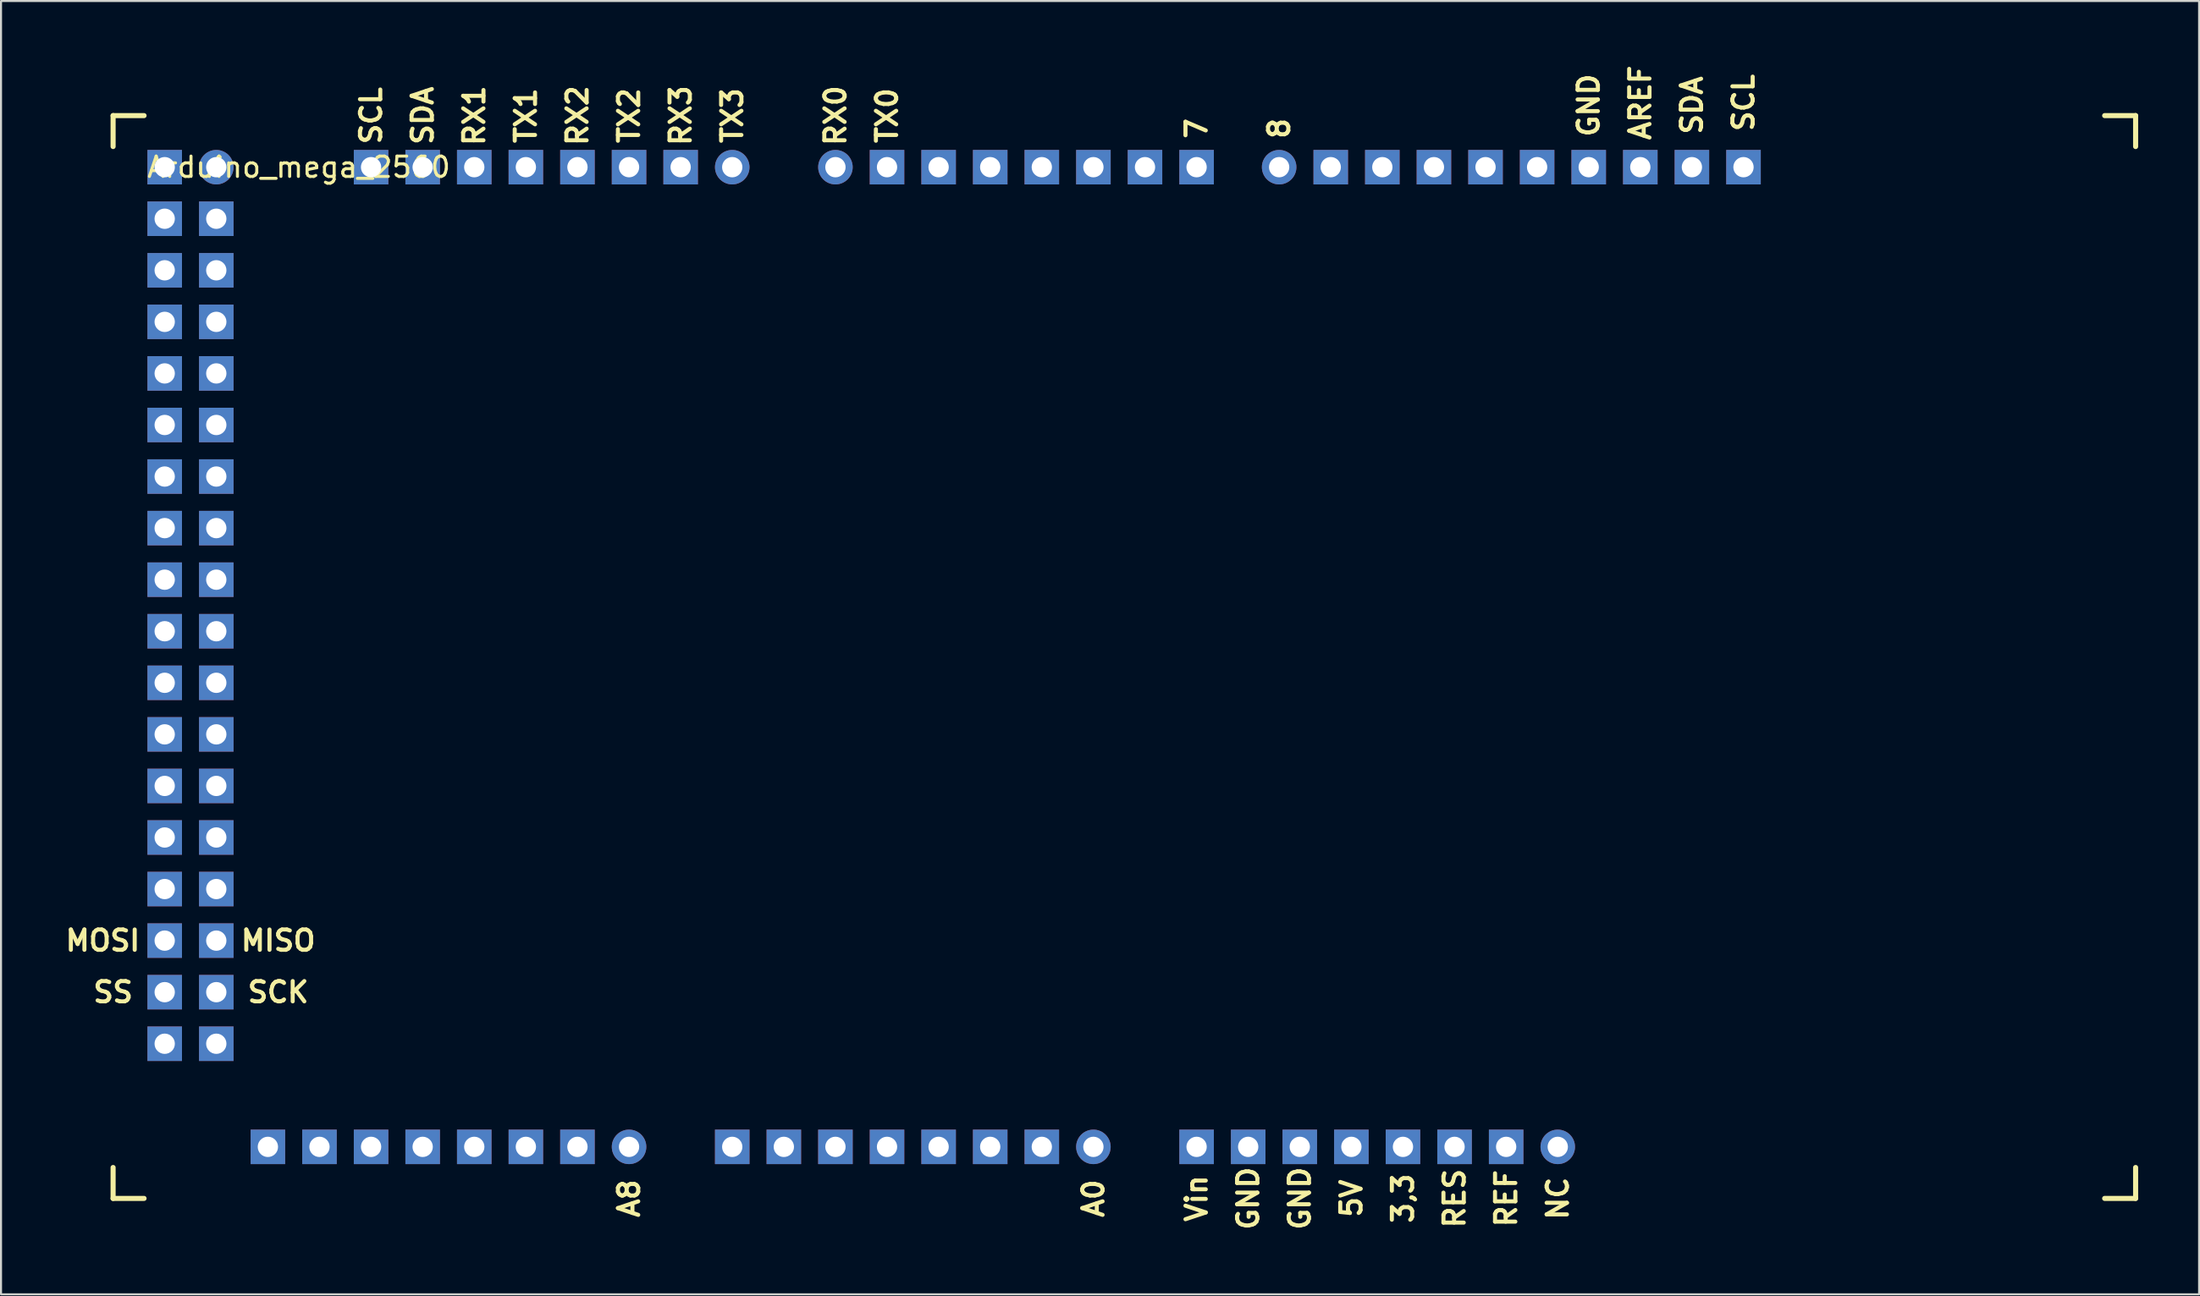
<source format=kicad_pcb>
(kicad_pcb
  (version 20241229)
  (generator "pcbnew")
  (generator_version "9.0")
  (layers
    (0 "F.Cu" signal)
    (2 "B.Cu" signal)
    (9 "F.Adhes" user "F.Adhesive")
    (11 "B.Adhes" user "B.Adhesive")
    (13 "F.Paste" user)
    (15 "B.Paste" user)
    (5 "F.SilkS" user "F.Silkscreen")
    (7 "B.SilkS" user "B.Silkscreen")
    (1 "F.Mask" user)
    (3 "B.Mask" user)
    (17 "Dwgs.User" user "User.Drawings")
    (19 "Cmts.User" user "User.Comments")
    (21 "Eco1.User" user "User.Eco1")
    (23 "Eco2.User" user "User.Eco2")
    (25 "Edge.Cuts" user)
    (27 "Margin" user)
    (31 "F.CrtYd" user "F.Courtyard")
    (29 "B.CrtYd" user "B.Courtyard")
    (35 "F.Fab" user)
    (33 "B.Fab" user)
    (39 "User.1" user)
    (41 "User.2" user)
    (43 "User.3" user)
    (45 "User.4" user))
  (footprint "Arduino_mega_2560"
    (layer "F.Cu")
    (at 38.078 5.185)
    (property "Reference" "Arduino_mega_2560" (at -26.416 0 0) (layer "F.SilkS") (effects (font (size 1 1) (thickness 0.15))))
    (attr through_hole)
    (fp_line (start -35.56 -2.54) (end -35.56 -1.016) (stroke (width 0.25) (type solid)) (layer "F.SilkS"))
    (fp_line (start -35.56 49.276) (end -35.56 50.8) (stroke (width 0.25) (type solid)) (layer "F.SilkS"))
    (fp_line (start -35.56 50.8) (end -34.036 50.8) (stroke (width 0.25) (type solid)) (layer "F.SilkS"))
    (fp_line (start -34.036 -2.54) (end -35.56 -2.54) (stroke (width 0.25) (type solid)) (layer "F.SilkS"))
    (fp_line (start 62.484 50.8) (end 64.008 50.8) (stroke (width 0.25) (type solid)) (layer "F.SilkS"))
    (fp_line (start 64.008 -2.54) (end 62.484 -2.54) (stroke (width 0.25) (type solid)) (layer "F.SilkS"))
    (fp_line (start 64.008 -1.016) (end 64.008 -2.54) (stroke (width 0.25) (type solid)) (layer "F.SilkS"))
    (fp_line (start 64.008 50.8) (end 64.008 49.276) (stroke (width 0.25) (type solid)) (layer "F.SilkS"))
    (fp_text user "8" (at 21.844 -1.905 270) (layer "F.SilkS") (effects (font (size 1 1) (thickness 0.2))))
    (fp_text user "A0" (at 12.7 50.8 90) (layer "F.SilkS") (effects (font (size 1 1) (thickness 0.2))))
    (fp_text user "RX3" (at -7.62 -2.54 270) (layer "F.SilkS") (effects (font (size 1 1) (thickness 0.2))))
    (fp_text user "7" (at 17.78 -1.905 270) (layer "F.SilkS") (effects (font (size 1 1) (thickness 0.2))))
    (fp_text user "SCL" (at 44.704 -3.175 90) (layer "F.SilkS") (effects (font (size 1 1) (thickness 0.2))))
    (fp_text user "RX0" (at 0 -2.54 270) (layer "F.SilkS") (effects (font (size 1 1) (thickness 0.2))))
    (fp_text user "NC" (at 35.56 50.8 90) (layer "F.SilkS") (effects (font (size 1 1) (thickness 0.2))))
    (fp_text user "TX0" (at 2.54 -2.54 270) (layer "F.SilkS") (effects (font (size 1 1) (thickness 0.2))))
    (fp_text user "TX2" (at -10.16 -2.54 270) (layer "F.SilkS") (effects (font (size 1 1) (thickness 0.2))))
    (fp_text user "SDA" (at 42.164 -3.048 90) (layer "F.SilkS") (effects (font (size 1 1) (thickness 0.2))))
    (fp_text user "RX2" (at -12.7 -2.54 270) (layer "F.SilkS") (effects (font (size 1 1) (thickness 0.2))))
    (fp_text user "RES" (at 30.48 50.8 90) (layer "F.SilkS") (effects (font (size 1 1) (thickness 0.2))))
    (fp_text user "SS" (at -35.56 40.64 0) (layer "F.SilkS") (effects (font (size 1 1) (thickness 0.2))))
    (fp_text user "5V" (at 25.4 50.8 90) (layer "F.SilkS") (effects (font (size 1 1) (thickness 0.2))))
    (fp_text user "3,3" (at 27.94 50.8 90) (layer "F.SilkS") (effects (font (size 1 1) (thickness 0.2))))
    (fp_text user "AREF" (at 39.624 -3.175 270) (layer "F.SilkS") (effects (font (size 1 1) (thickness 0.2))))
    (fp_text user "GND" (at 37.084 -3.048 270) (layer "F.SilkS") (effects (font (size 1 1) (thickness 0.2))))
    (fp_text user "SCK" (at -27.432 40.64 0) (layer "F.SilkS") (effects (font (size 1 1) (thickness 0.2))))
    (fp_text user "MISO" (at -27.432 38.1 0) (layer "F.SilkS") (effects (font (size 1 1) (thickness 0.2))))
    (fp_text user "GND" (at 20.32 50.8 90) (layer "F.SilkS") (effects (font (size 1 1) (thickness 0.2))))
    (fp_text user "Vin" (at 17.78 50.8 90) (layer "F.SilkS") (effects (font (size 1 1) (thickness 0.2))))
    (fp_text user "A8" (at -10.16 50.8 90) (layer "F.SilkS") (effects (font (size 1 1) (thickness 0.2))))
    (fp_text user "SDA" (at -20.32 -2.54 270) (layer "F.SilkS") (effects (font (size 1 1) (thickness 0.2))))
    (fp_text user "TX3" (at -5.08 -2.54 90) (layer "F.SilkS") (effects (font (size 1 1) (thickness 0.2))))
    (fp_text user "SCL" (at -22.86 -2.54 270) (layer "F.SilkS") (effects (font (size 1 1) (thickness 0.2))))
    (fp_text user "GND" (at 22.86 50.8 90) (layer "F.SilkS") (effects (font (size 1 1) (thickness 0.2))))
    (fp_text user "REF" (at 33.02 50.8 90) (layer "F.SilkS") (effects (font (size 1 1) (thickness 0.2))))
    (fp_text user "TX1" (at -15.24 -2.54 270) (layer "F.SilkS") (effects (font (size 1 1) (thickness 0.2))))
    (fp_text user "RX1" (at -17.78 -2.54 270) (layer "F.SilkS") (effects (font (size 1 1) (thickness 0.2))))
    (fp_text user "MOSI" (at -36.068 38.1 0) (layer "F.SilkS") (effects (font (size 1 1) (thickness 0.2))))
    (pad "0" thru_hole circle (at 0 0 180) (size 1.7 1.7) (drill 1) (layers "*.Cu" "*.Mask"))
    (pad "1" thru_hole rect (at 2.54 0 180) (size 1.7 1.7) (drill 1) (layers "*.Cu" "*.Mask"))
    (pad "2" thru_hole rect (at 5.08 0 180) (size 1.7 1.7) (drill 1) (layers "*.Cu" "*.Mask"))
    (pad "3" thru_hole rect (at 7.62 0 180) (size 1.7 1.7) (drill 1) (layers "*.Cu" "*.Mask"))
    (pad "3.3V" thru_hole rect (at 27.94 48.26) (size 1.7 1.7) (drill 1) (layers "*.Cu" "*.Mask"))
    (pad "4" thru_hole rect (at 10.16 0 180) (size 1.7 1.7) (drill 1) (layers "*.Cu" "*.Mask"))
    (pad "5" thru_hole rect (at 12.7 0 180) (size 1.7 1.7) (drill 1) (layers "*.Cu" "*.Mask"))
    (pad "5V_1" thru_hole circle (at -30.48 0) (size 1.7 1.7) (drill 1) (layers "*.Cu" "*.Mask"))
    (pad "5V_2" thru_hole rect (at -33.02 0) (size 1.7 1.7) (drill 1) (layers "*.Cu" "*.Mask"))
    (pad "5V_3" thru_hole rect (at 25.4 48.26) (size 1.7 1.7) (drill 1) (layers "*.Cu" "*.Mask"))
    (pad "6" thru_hole rect (at 15.24 0 180) (size 1.7 1.7) (drill 1) (layers "*.Cu" "*.Mask"))
    (pad "7" thru_hole rect (at 17.78 0 180) (size 1.7 1.7) (drill 1) (layers "*.Cu" "*.Mask"))
    (pad "8" thru_hole circle (at 21.844 0 180) (size 1.7 1.7) (drill 1) (layers "*.Cu" "*.Mask"))
    (pad "9" thru_hole rect (at 24.384 0 180) (size 1.7 1.7) (drill 1) (layers "*.Cu" "*.Mask"))
    (pad "10" thru_hole rect (at 26.924 0 180) (size 1.7 1.7) (drill 1) (layers "*.Cu" "*.Mask"))
    (pad "11" thru_hole rect (at 29.464 0 180) (size 1.7 1.7) (drill 1) (layers "*.Cu" "*.Mask"))
    (pad "12" thru_hole rect (at 32.004 0 180) (size 1.7 1.7) (drill 1) (layers "*.Cu" "*.Mask"))
    (pad "13" thru_hole rect (at 34.544 0 180) (size 1.7 1.7) (drill 1) (layers "*.Cu" "*.Mask"))
    (pad "14" thru_hole circle (at -5.08 0) (size 1.7 1.7) (drill 1) (layers "*.Cu" "*.Mask"))
    (pad "15" thru_hole rect (at -7.62 0) (size 1.7 1.7) (drill 1) (layers "*.Cu" "*.Mask"))
    (pad "16" thru_hole rect (at -10.16 0) (size 1.7 1.7) (drill 1) (layers "*.Cu" "*.Mask"))
    (pad "17" thru_hole rect (at -12.7 0) (size 1.7 1.7) (drill 1) (layers "*.Cu" "*.Mask"))
    (pad "18" thru_hole rect (at -15.24 0) (size 1.7 1.7) (drill 1) (layers "*.Cu" "*.Mask"))
    (pad "19" thru_hole rect (at -17.78 0) (size 1.7 1.7) (drill 1) (layers "*.Cu" "*.Mask"))
    (pad "20" thru_hole rect (at -20.32 0) (size 1.7 1.7) (drill 1) (layers "*.Cu" "*.Mask"))
    (pad "21" thru_hole rect (at -22.86 0) (size 1.7 1.7) (drill 1) (layers "*.Cu" "*.Mask"))
    (pad "22" thru_hole rect (at -30.48 2.54) (size 1.7 1.7) (drill 1) (layers "*.Cu" "*.Mask"))
    (pad "23" thru_hole rect (at -33.02 2.54) (size 1.7 1.7) (drill 1) (layers "*.Cu" "*.Mask"))
    (pad "24" thru_hole rect (at -30.48 5.08) (size 1.7 1.7) (drill 1) (layers "*.Cu" "*.Mask"))
    (pad "25" thru_hole rect (at -33.02 5.08) (size 1.7 1.7) (drill 1) (layers "*.Cu" "*.Mask"))
    (pad "26" thru_hole rect (at -30.48 7.62) (size 1.7 1.7) (drill 1) (layers "*.Cu" "*.Mask"))
    (pad "27" thru_hole rect (at -33.02 7.62) (size 1.7 1.7) (drill 1) (layers "*.Cu" "*.Mask"))
    (pad "28" thru_hole rect (at -30.48 10.16) (size 1.7 1.7) (drill 1) (layers "*.Cu" "*.Mask"))
    (pad "29" thru_hole rect (at -33.02 10.16) (size 1.7 1.7) (drill 1) (layers "*.Cu" "*.Mask"))
    (pad "30" thru_hole rect (at -30.48 12.7) (size 1.7 1.7) (drill 1) (layers "*.Cu" "*.Mask"))
    (pad "31" thru_hole rect (at -33.02 12.7) (size 1.7 1.7) (drill 1) (layers "*.Cu" "*.Mask"))
    (pad "32" thru_hole rect (at -30.48 15.24) (size 1.7 1.7) (drill 1) (layers "*.Cu" "*.Mask"))
    (pad "33" thru_hole rect (at -33.02 15.24) (size 1.7 1.7) (drill 1) (layers "*.Cu" "*.Mask"))
    (pad "34" thru_hole rect (at -30.48 17.78) (size 1.7 1.7) (drill 1) (layers "*.Cu" "*.Mask"))
    (pad "35" thru_hole rect (at -33.02 17.78) (size 1.7 1.7) (drill 1) (layers "*.Cu" "*.Mask"))
    (pad "36" thru_hole rect (at -30.48 20.32) (size 1.7 1.7) (drill 1) (layers "*.Cu" "*.Mask"))
    (pad "37" thru_hole rect (at -33.02 20.32) (size 1.7 1.7) (drill 1) (layers "*.Cu" "*.Mask"))
    (pad "38" thru_hole rect (at -30.48 22.86) (size 1.7 1.7) (drill 1) (layers "*.Cu" "*.Mask"))
    (pad "39" thru_hole rect (at -33.02 22.86) (size 1.7 1.7) (drill 1) (layers "*.Cu" "*.Mask"))
    (pad "40" thru_hole rect (at -30.48 25.4) (size 1.7 1.7) (drill 1) (layers "*.Cu" "*.Mask"))
    (pad "41" thru_hole rect (at -33.02 25.4) (size 1.7 1.7) (drill 1) (layers "*.Cu" "*.Mask"))
    (pad "42" thru_hole rect (at -30.48 27.94) (size 1.7 1.7) (drill 1) (layers "*.Cu" "*.Mask"))
    (pad "43" thru_hole rect (at -33.02 27.94) (size 1.7 1.7) (drill 1) (layers "*.Cu" "*.Mask"))
    (pad "44" thru_hole rect (at -30.48 30.48) (size 1.7 1.7) (drill 1) (layers "*.Cu" "*.Mask"))
    (pad "45" thru_hole rect (at -33.02 30.48) (size 1.7 1.7) (drill 1) (layers "*.Cu" "*.Mask"))
    (pad "46" thru_hole rect (at -30.48 33.02) (size 1.7 1.7) (drill 1) (layers "*.Cu" "*.Mask"))
    (pad "47" thru_hole rect (at -33.02 33.02) (size 1.7 1.7) (drill 1) (layers "*.Cu" "*.Mask"))
    (pad "48" thru_hole rect (at -30.48 35.56) (size 1.7 1.7) (drill 1) (layers "*.Cu" "*.Mask"))
    (pad "49" thru_hole rect (at -33.02 35.56) (size 1.7 1.7) (drill 1) (layers "*.Cu" "*.Mask"))
    (pad "A0" thru_hole circle (at 12.7 48.26) (size 1.7 1.7) (drill 1) (layers "*.Cu" "*.Mask"))
    (pad "A1" thru_hole rect (at 10.16 48.26) (size 1.7 1.7) (drill 1) (layers "*.Cu" "*.Mask"))
    (pad "A2" thru_hole rect (at 7.62 48.26) (size 1.7 1.7) (drill 1) (layers "*.Cu" "*.Mask"))
    (pad "A3" thru_hole rect (at 5.08 48.26) (size 1.7 1.7) (drill 1) (layers "*.Cu" "*.Mask"))
    (pad "A4" thru_hole rect (at 2.54 48.26) (size 1.7 1.7) (drill 1) (layers "*.Cu" "*.Mask"))
    (pad "A5" thru_hole rect (at 0 48.26) (size 1.7 1.7) (drill 1) (layers "*.Cu" "*.Mask"))
    (pad "A6" thru_hole rect (at -2.54 48.26) (size 1.7 1.7) (drill 1) (layers "*.Cu" "*.Mask"))
    (pad "A7" thru_hole rect (at -5.08 48.26) (size 1.7 1.7) (drill 1) (layers "*.Cu" "*.Mask"))
    (pad "A8" thru_hole circle (at -10.16 48.26) (size 1.7 1.7) (drill 1) (layers "*.Cu" "*.Mask"))
    (pad "A9" thru_hole rect (at -12.7 48.26) (size 1.7 1.7) (drill 1) (layers "*.Cu" "*.Mask"))
    (pad "A10" thru_hole rect (at -15.24 48.26) (size 1.7 1.7) (drill 1) (layers "*.Cu" "*.Mask"))
    (pad "A11" thru_hole rect (at -17.78 48.26) (size 1.7 1.7) (drill 1) (layers "*.Cu" "*.Mask"))
    (pad "A12" thru_hole rect (at -20.32 48.26) (size 1.7 1.7) (drill 1) (layers "*.Cu" "*.Mask"))
    (pad "A13" thru_hole rect (at -22.86 48.26) (size 1.7 1.7) (drill 1) (layers "*.Cu" "*.Mask"))
    (pad "A14" thru_hole rect (at -25.4 48.26) (size 1.7 1.7) (drill 1) (layers "*.Cu" "*.Mask"))
    (pad "A15" thru_hole rect (at -27.94 48.26) (size 1.7 1.7) (drill 1) (layers "*.Cu" "*.Mask"))
    (pad "AREF" thru_hole rect (at 39.624 0 180) (size 1.7 1.7) (drill 1) (layers "*.Cu" "*.Mask"))
    (pad "GND" thru_hole rect (at 37.084 0 180) (size 1.7 1.7) (drill 1) (layers "*.Cu" "*.Mask"))
    (pad "GND_1" thru_hole rect (at -30.48 43.18) (size 1.7 1.7) (drill 1) (layers "*.Cu" "*.Mask"))
    (pad "GND_2" thru_hole rect (at -33.02 43.18) (size 1.7 1.7) (drill 1) (layers "*.Cu" "*.Mask"))
    (pad "GND_3" thru_hole rect (at 20.32 48.26) (size 1.7 1.7) (drill 1) (layers "*.Cu" "*.Mask"))
    (pad "GND_4" thru_hole rect (at 22.86 48.26) (size 1.7 1.7) (drill 1) (layers "*.Cu" "*.Mask"))
    (pad "IOref" thru_hole rect (at 33.02 48.26) (size 1.7 1.7) (drill 1) (layers "*.Cu" "*.Mask"))
    (pad "MISO" thru_hole rect (at -30.48 38.1) (size 1.7 1.7) (drill 1) (layers "*.Cu" "*.Mask"))
    (pad "MOSI" thru_hole rect (at -33.02 38.1) (size 1.7 1.7) (drill 1) (layers "*.Cu" "*.Mask"))
    (pad "NC" thru_hole circle (at 35.56 48.26) (size 1.7 1.7) (drill 1) (layers "*.Cu" "*.Mask"))
    (pad "RES" thru_hole rect (at 30.48 48.26) (size 1.7 1.7) (drill 1) (layers "*.Cu" "*.Mask"))
    (pad "SCK" thru_hole rect (at -30.48 40.64) (size 1.7 1.7) (drill 1) (layers "*.Cu" "*.Mask"))
    (pad "SCL" thru_hole rect (at 44.704 0 180) (size 1.7 1.7) (drill 1) (layers "*.Cu" "*.Mask"))
    (pad "SDA" thru_hole rect (at 42.164 0 180) (size 1.7 1.7) (drill 1) (layers "*.Cu" "*.Mask"))
    (pad "SS" thru_hole rect (at -33.02 40.64) (size 1.7 1.7) (drill 1) (layers "*.Cu" "*.Mask"))
    (pad "Vin" thru_hole rect (at 17.78 48.26) (size 1.7 1.7) (drill 1) (layers "*.Cu" "*.Mask")))
  (gr_rect
    (start -3 -3)
    (end 105.211 60.708)
    (stroke (width 0.1) (type default))
    (fill no)
    (layer "Edge.Cuts")))
</source>
